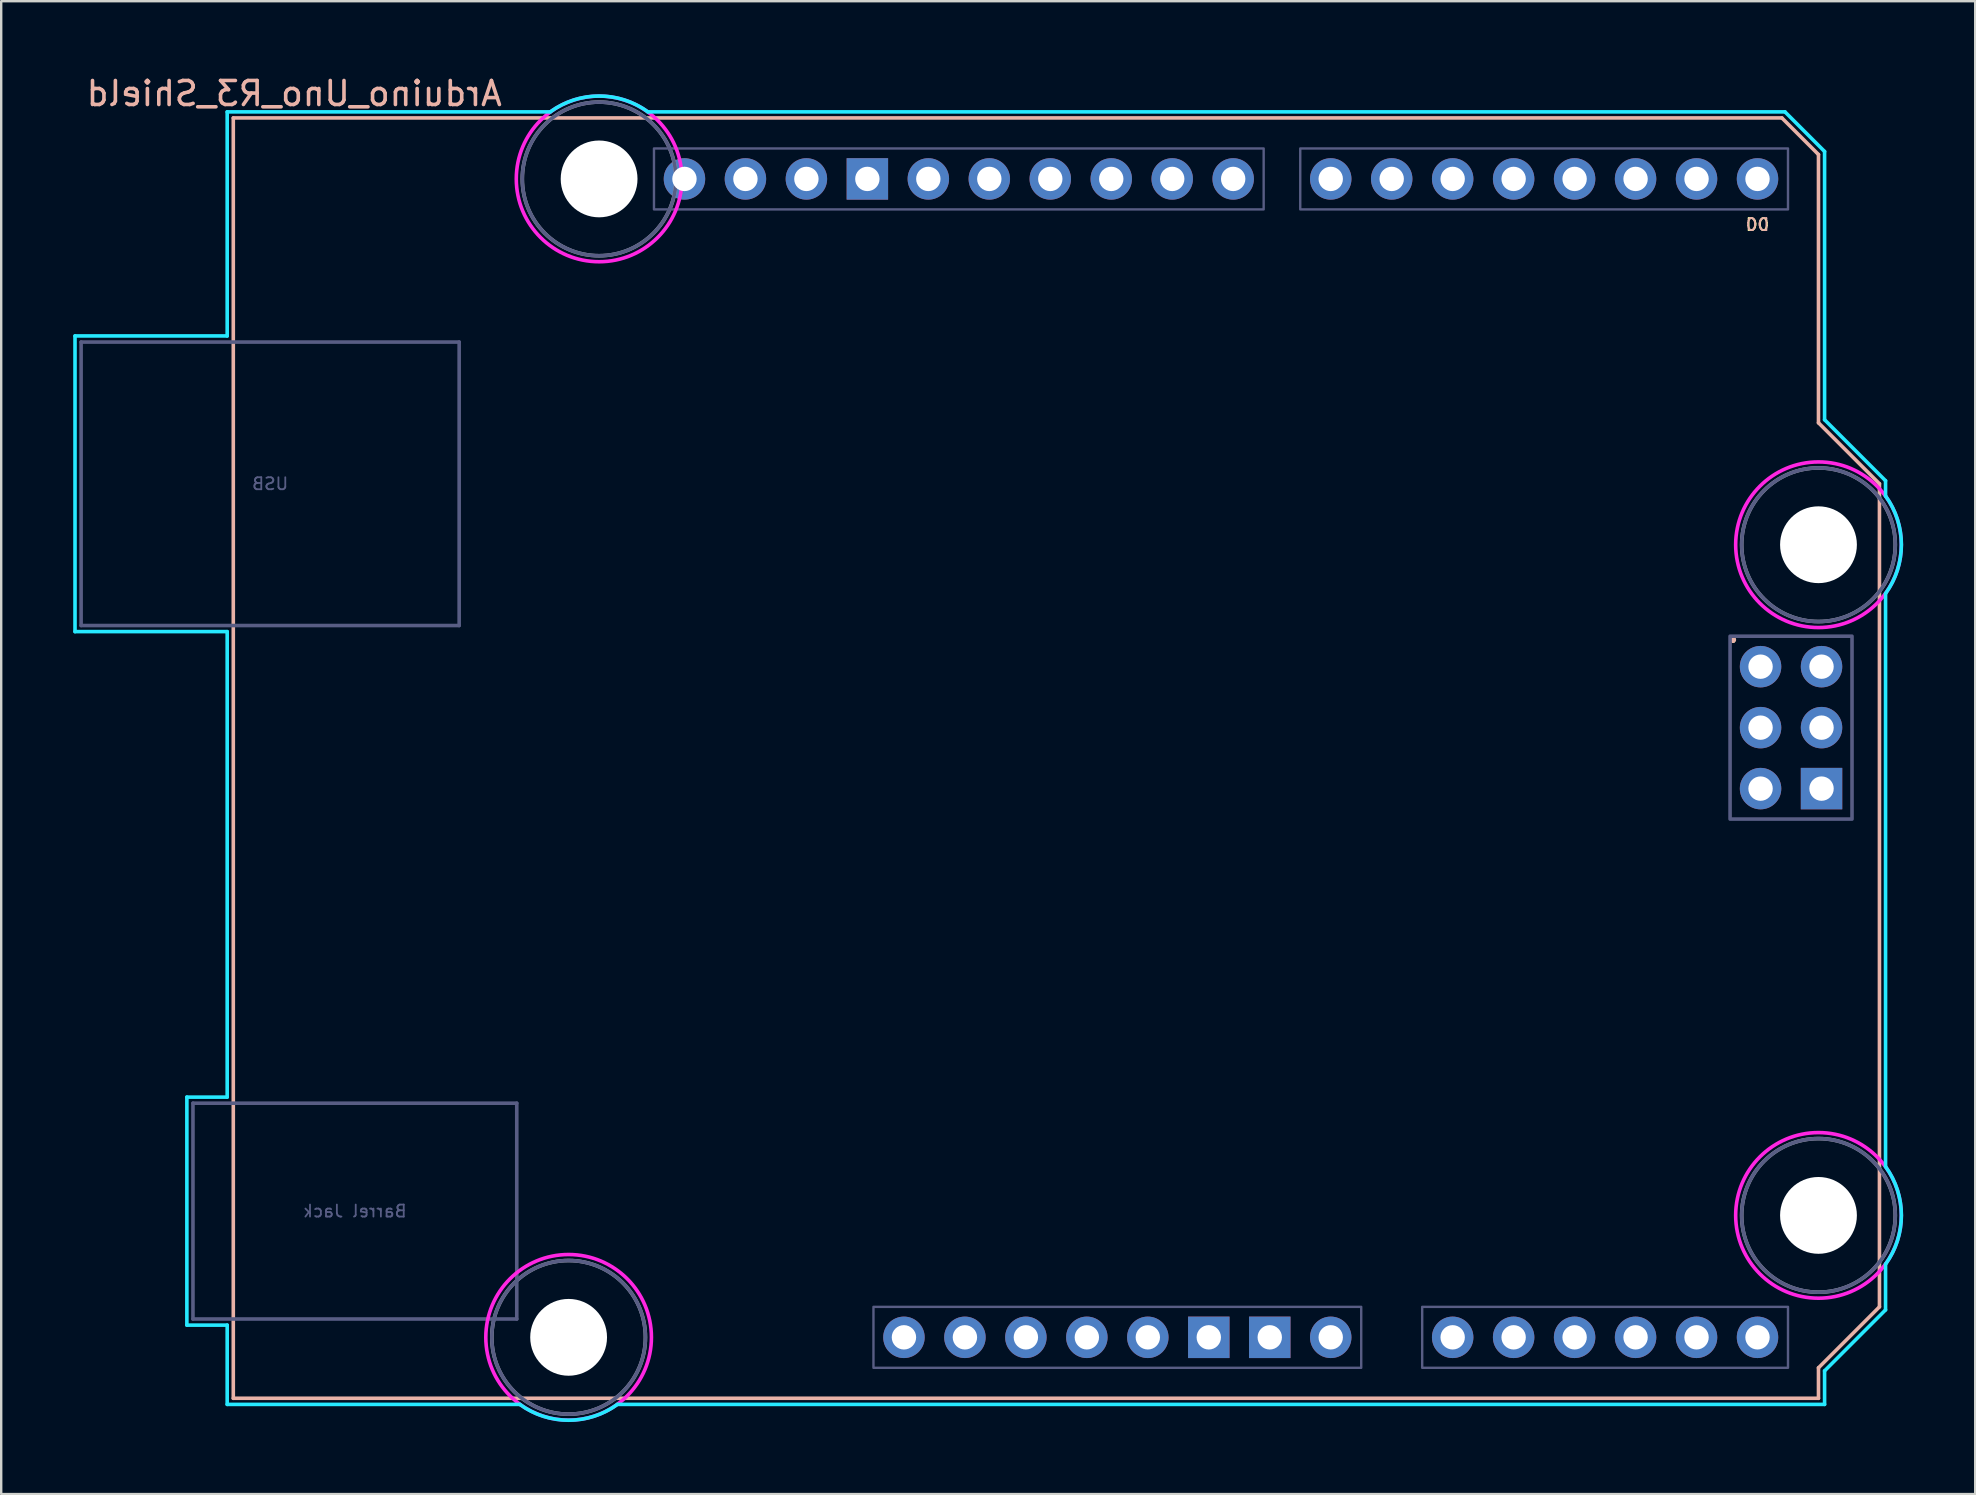
<source format=kicad_pcb>
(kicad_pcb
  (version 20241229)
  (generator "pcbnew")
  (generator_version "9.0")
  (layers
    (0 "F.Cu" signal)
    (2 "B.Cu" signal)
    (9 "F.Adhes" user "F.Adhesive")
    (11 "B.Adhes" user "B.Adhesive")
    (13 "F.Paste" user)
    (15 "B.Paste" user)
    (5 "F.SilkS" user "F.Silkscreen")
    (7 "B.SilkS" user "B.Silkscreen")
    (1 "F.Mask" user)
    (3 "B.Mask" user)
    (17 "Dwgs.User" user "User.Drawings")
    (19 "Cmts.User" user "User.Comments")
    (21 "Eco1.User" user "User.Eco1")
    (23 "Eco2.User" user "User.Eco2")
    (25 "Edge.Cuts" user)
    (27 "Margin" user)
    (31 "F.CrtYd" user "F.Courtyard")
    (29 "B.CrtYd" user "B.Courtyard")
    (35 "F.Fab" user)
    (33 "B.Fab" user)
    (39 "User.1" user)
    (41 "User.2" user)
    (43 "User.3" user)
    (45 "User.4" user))
  (footprint "Arduino_Uno_R3_Shield"
    (layer "F.Cu")
    (at 6.669 55.204)
    (property "Reference" "Arduino_Uno_R3_Shield" (at 2.54 -54.356 0) (layer "B.SilkS") (effects (font (size 1 1) (thickness 0.15)) (justify mirror)))
    (attr through_hole)
    (fp_line (start 0 -53.34) (end 0 0) (stroke (width 0.15) (type solid)) (layer "B.SilkS"))
    (fp_line (start 0 -53.34) (end 64.516 -53.34) (stroke (width 0.15) (type solid)) (layer "B.SilkS"))
    (fp_line (start 0 0) (end 66.04 0) (stroke (width 0.15) (type solid)) (layer "B.SilkS"))
    (fp_line (start 64.516 -53.34) (end 66.04 -51.816) (stroke (width 0.15) (type solid)) (layer "B.SilkS"))
    (fp_line (start 66.04 -40.64) (end 66.04 -51.816) (stroke (width 0.15) (type solid)) (layer "B.SilkS"))
    (fp_line (start 66.04 -1.27) (end 68.58 -3.81) (stroke (width 0.15) (type solid)) (layer "B.SilkS"))
    (fp_line (start 66.04 0) (end 66.04 -1.27) (stroke (width 0.15) (type solid)) (layer "B.SilkS"))
    (fp_line (start 68.58 -38.1) (end 66.04 -40.64) (stroke (width 0.15) (type solid)) (layer "B.SilkS"))
    (fp_line (start 68.58 -3.81) (end 68.58 -38.1) (stroke (width 0.15) (type solid)) (layer "B.SilkS"))
    (fp_line (start -6.594 -44.258) (end -0.254 -44.258) (stroke (width 0.15) (type solid)) (layer "B.CrtYd"))
    (fp_line (start -6.594 -31.94) (end -6.594 -44.258) (stroke (width 0.15) (type solid)) (layer "B.CrtYd"))
    (fp_line (start -1.934 -12.548) (end -1.934 -3.049) (stroke (width 0.15) (type solid)) (layer "B.CrtYd"))
    (fp_line (start -1.934 -12.548) (end -0.254 -12.548) (stroke (width 0.15) (type solid)) (layer "B.CrtYd"))
    (fp_line (start -1.934 -3.049) (end -0.254 -3.049) (stroke (width 0.15) (type solid)) (layer "B.CrtYd"))
    (fp_line (start -0.254 -53.594) (end -0.254 -44.258) (stroke (width 0.15) (type solid)) (layer "B.CrtYd"))
    (fp_line (start -0.254 -31.94) (end -6.594 -31.94) (stroke (width 0.15) (type solid)) (layer "B.CrtYd"))
    (fp_line (start -0.254 -31.94) (end -0.254 -12.548) (stroke (width 0.15) (type solid)) (layer "B.CrtYd"))
    (fp_line (start -0.254 -3.049) (end -0.254 0.254) (stroke (width 0.15) (type solid)) (layer "B.CrtYd"))
    (fp_line (start 11.938 0.254) (end -0.254 0.254) (stroke (width 0.15) (type solid)) (layer "B.CrtYd"))
    (fp_line (start 13.208 -53.594) (end -0.254 -53.594) (stroke (width 0.15) (type solid)) (layer "B.CrtYd"))
    (fp_line (start 16.002 0.254) (end 66.294 0.254) (stroke (width 0.15) (type solid)) (layer "B.CrtYd"))
    (fp_line (start 17.272 -53.594) (end 64.643 -53.594) (stroke (width 0.15) (type solid)) (layer "B.CrtYd"))
    (fp_line (start 64.643 -53.594) (end 66.294 -51.943) (stroke (width 0.15) (type solid)) (layer "B.CrtYd"))
    (fp_line (start 66.294 -40.767) (end 66.294 -51.943) (stroke (width 0.15) (type solid)) (layer "B.CrtYd"))
    (fp_line (start 66.294 -1.143) (end 68.834 -3.683) (stroke (width 0.15) (type solid)) (layer "B.CrtYd"))
    (fp_line (start 66.294 0.254) (end 66.294 -1.143) (stroke (width 0.15) (type solid)) (layer "B.CrtYd"))
    (fp_line (start 68.834 -38.227) (end 66.294 -40.767) (stroke (width 0.15) (type solid)) (layer "B.CrtYd"))
    (fp_line (start 68.834 -38.227) (end 68.834 -37.592) (stroke (width 0.15) (type solid)) (layer "B.CrtYd"))
    (fp_line (start 68.834 -9.652) (end 68.834 -33.528) (stroke (width 0.15) (type solid)) (layer "B.CrtYd"))
    (fp_line (start 68.834 -5.588) (end 68.834 -3.683) (stroke (width 0.15) (type solid)) (layer "B.CrtYd"))
    (fp_arc (start 13.208 -53.594) (mid 15.24 -54.254237) (end 17.272 -53.594) (stroke (width 0.15) (type solid)) (layer "B.CrtYd"))
    (fp_arc (start 16.002 0.254) (mid 13.97 0.914237) (end 11.938 0.254) (stroke (width 0.15) (type solid)) (layer "B.CrtYd"))
    (fp_arc (start 68.834 -37.592) (mid 69.494238 -35.56) (end 68.834 -33.528) (stroke (width 0.15) (type solid)) (layer "B.CrtYd"))
    (fp_arc (start 68.834 -9.652) (mid 69.494238 -7.62) (end 68.834 -5.588) (stroke (width 0.15) (type solid)) (layer "B.CrtYd"))
    (fp_circle (center 13.97 -2.54) (end 17.42 -2.54) (stroke (width 0.15) (type solid)) (fill no) (layer "F.CrtYd"))
    (fp_circle (center 15.24 -50.8) (end 18.69 -50.8) (stroke (width 0.15) (type solid)) (fill no) (layer "F.CrtYd"))
    (fp_circle (center 66.04 -35.56) (end 69.49 -35.56) (stroke (width 0.15) (type solid)) (fill no) (layer "F.CrtYd"))
    (fp_circle (center 66.04 -7.62) (end 69.49 -7.62) (stroke (width 0.15) (type solid)) (fill no) (layer "F.CrtYd"))
    (fp_line (start -6.34 -44.004) (end 9.41 -44.004) (stroke (width 0.15) (type solid)) (layer "B.Fab"))
    (fp_line (start -6.34 -32.194) (end -6.34 -44.004) (stroke (width 0.15) (type solid)) (layer "B.Fab"))
    (fp_line (start -6.34 -32.194) (end 9.41 -32.194) (stroke (width 0.15) (type solid)) (layer "B.Fab"))
    (fp_line (start -1.68 -12.294) (end -1.68 -3.303) (stroke (width 0.15) (type solid)) (layer "B.Fab"))
    (fp_line (start -1.68 -12.294) (end 11.81 -12.294) (stroke (width 0.15) (type solid)) (layer "B.Fab"))
    (fp_line (start -1.68 -3.303) (end 11.81 -3.303) (stroke (width 0.15) (type solid)) (layer "B.Fab"))
    (fp_line (start 9.41 -32.194) (end 9.41 -44.004) (stroke (width 0.15) (type solid)) (layer "B.Fab"))
    (fp_line (start 11.81 -12.294) (end 11.81 -3.303) (stroke (width 0.15) (type solid)) (layer "B.Fab"))
    (fp_rect (start 17.526 -52.07) (end 42.926 -49.53) (stroke (width 0.1) (type solid)) (fill no) (layer "B.Fab"))
    (fp_rect (start 26.67 -3.81) (end 46.99 -1.27) (stroke (width 0.1) (type solid)) (fill no) (layer "B.Fab"))
    (fp_rect (start 44.45 -52.07) (end 64.77 -49.53) (stroke (width 0.1) (type solid)) (fill no) (layer "B.Fab"))
    (fp_rect (start 49.53 -3.81) (end 64.77 -1.27) (stroke (width 0.1) (type solid)) (fill no) (layer "B.Fab"))
    (fp_rect (start 62.357 -31.75) (end 67.437 -24.13) (stroke (width 0.15) (type solid)) (fill no) (layer "B.Fab"))
    (fp_circle (center 13.97 -2.54) (end 17.17 -2.54) (stroke (width 0.15) (type solid)) (fill no) (layer "B.Fab"))
    (fp_circle (center 15.24 -50.8) (end 18.44 -50.8) (stroke (width 0.15) (type solid)) (fill no) (layer "B.Fab"))
    (fp_circle (center 66.04 -35.56) (end 69.24 -35.56) (stroke (width 0.15) (type solid)) (fill no) (layer "B.Fab"))
    (fp_circle (center 66.04 -7.62) (end 69.24 -7.62) (stroke (width 0.15) (type solid)) (fill no) (layer "B.Fab"))
    (fp_circle (center 13.97 -2.54) (end 17.17 -2.54) (stroke (width 0.15) (type solid)) (fill no) (layer "F.Fab"))
    (fp_circle (center 15.24 -50.8) (end 18.44 -50.8) (stroke (width 0.15) (type solid)) (fill no) (layer "F.Fab"))
    (fp_circle (center 66.04 -35.56) (end 69.24 -35.56) (stroke (width 0.15) (type solid)) (fill no) (layer "F.Fab"))
    (fp_circle (center 66.04 -7.62) (end 69.24 -7.62) (stroke (width 0.15) (type solid)) (fill no) (layer "F.Fab"))
    (fp_text user "D0" (at 63.5 -48.895 0) (unlocked yes) (layer "F.SilkS") (effects (font (size 0.5 0.5) (thickness 0.075))))
    (fp_text user "." (at 62.484 -32.004 0) (layer "F.SilkS") (effects (font (size 1 1) (thickness 0.15))))
    (fp_text user "." (at 62.484 -32.004 0) (layer "B.SilkS") (effects (font (size 1 1) (thickness 0.15))))
    (fp_text user "D0" (at 63.5 -48.895 0) (unlocked yes) (layer "B.SilkS") (effects (font (size 0.5 0.5) (thickness 0.075)) (justify mirror)))
    (fp_text user "USB" (at 1.535 -38.099 0) (layer "B.Fab") (effects (font (size 0.5 0.5) (thickness 0.075)) (justify mirror)))
    (fp_text user "Barrel Jack" (at 5.065 -7.798 0) (layer "B.Fab") (effects (font (size 0.5 0.5) (thickness 0.075)) (justify mirror)))
    (pad "" np_thru_hole circle (at 13.97 -2.54) (size 3.2 3.2) (drill 3.2) (layers "*.Cu" "*.Mask"))
    (pad "" np_thru_hole circle (at 15.24 -50.8) (size 3.2 3.2) (drill 3.2) (layers "*.Cu" "*.Mask"))
    (pad "" thru_hole oval (at 27.94 -2.54) (size 1.727 1.727) (drill 1.016) (layers "*.Cu" "*.Mask"))
    (pad "" np_thru_hole circle (at 66.04 -35.56) (size 3.2 3.2) (drill 3.2) (layers "*.Cu" "*.Mask"))
    (pad "" np_thru_hole circle (at 66.04 -7.62) (size 3.2 3.2) (drill 3.2) (layers "*.Cu" "*.Mask"))
    (pad "3V3" thru_hole oval (at 35.56 -2.54) (size 1.727 1.727) (drill 1.016) (layers "*.Cu" "*.Mask"))
    (pad "5V1" thru_hole oval (at 38.1 -2.54) (size 1.727 1.727) (drill 1.016) (layers "*.Cu" "*.Mask"))
    (pad "5V2" thru_hole oval (at 66.167 -30.48) (size 1.727 1.727) (drill 1.016) (layers "*.Cu" "*.Mask"))
    (pad "A0" thru_hole oval (at 50.8 -2.54) (size 1.727 1.727) (drill 1.016) (layers "*.Cu" "*.Mask"))
    (pad "A1" thru_hole oval (at 53.34 -2.54) (size 1.727 1.727) (drill 1.016) (layers "*.Cu" "*.Mask"))
    (pad "A2" thru_hole oval (at 55.88 -2.54) (size 1.727 1.727) (drill 1.016) (layers "*.Cu" "*.Mask"))
    (pad "A3" thru_hole oval (at 58.42 -2.54) (size 1.727 1.727) (drill 1.016) (layers "*.Cu" "*.Mask"))
    (pad "A4" thru_hole oval (at 60.96 -2.54) (size 1.727 1.727) (drill 1.016) (layers "*.Cu" "*.Mask"))
    (pad "A5" thru_hole oval (at 63.5 -2.54) (size 1.727 1.727) (drill 1.016) (layers "*.Cu" "*.Mask"))
    (pad "AREF" thru_hole oval (at 23.876 -50.8) (size 1.727 1.727) (drill 1.016) (layers "*.Cu" "*.Mask"))
    (pad "D0" thru_hole oval (at 63.5 -50.8) (size 1.727 1.727) (drill 1.016) (layers "*.Cu" "*.Mask"))
    (pad "D1" thru_hole oval (at 60.96 -50.8) (size 1.727 1.727) (drill 1.016) (layers "*.Cu" "*.Mask"))
    (pad "D2" thru_hole oval (at 58.42 -50.8) (size 1.727 1.727) (drill 1.016) (layers "*.Cu" "*.Mask"))
    (pad "D3" thru_hole oval (at 55.88 -50.8) (size 1.727 1.727) (drill 1.016) (layers "*.Cu" "*.Mask"))
    (pad "D4" thru_hole oval (at 53.34 -50.8) (size 1.727 1.727) (drill 1.016) (layers "*.Cu" "*.Mask"))
    (pad "D5" thru_hole oval (at 50.8 -50.8) (size 1.727 1.727) (drill 1.016) (layers "*.Cu" "*.Mask"))
    (pad "D6" thru_hole oval (at 48.26 -50.8) (size 1.727 1.727) (drill 1.016) (layers "*.Cu" "*.Mask"))
    (pad "D7" thru_hole oval (at 45.72 -50.8) (size 1.727 1.727) (drill 1.016) (layers "*.Cu" "*.Mask"))
    (pad "D8" thru_hole oval (at 41.656 -50.8) (size 1.727 1.727) (drill 1.016) (layers "*.Cu" "*.Mask"))
    (pad "D9" thru_hole oval (at 39.116 -50.8) (size 1.727 1.727) (drill 1.016) (layers "*.Cu" "*.Mask"))
    (pad "D10" thru_hole oval (at 36.576 -50.8) (size 1.727 1.727) (drill 1.016) (layers "*.Cu" "*.Mask"))
    (pad "D11" thru_hole oval (at 34.036 -50.8) (size 1.727 1.727) (drill 1.016) (layers "*.Cu" "*.Mask"))
    (pad "D12" thru_hole oval (at 31.496 -50.8) (size 1.727 1.727) (drill 1.016) (layers "*.Cu" "*.Mask"))
    (pad "D13" thru_hole oval (at 28.956 -50.8) (size 1.727 1.727) (drill 1.016) (layers "*.Cu" "*.Mask"))
    (pad "GND1" thru_hole rect (at 26.416 -50.8) (size 1.727 1.727) (drill 1.016) (layers "*.Cu" "*.Mask"))
    (pad "GND2" thru_hole rect (at 40.64 -2.54) (size 1.727 1.727) (drill 1.016) (layers "*.Cu" "*.Mask"))
    (pad "GND3" thru_hole rect (at 43.18 -2.54) (size 1.727 1.727) (drill 1.016) (layers "*.Cu" "*.Mask"))
    (pad "GND4" thru_hole rect (at 66.167 -25.4) (size 1.727 1.727) (drill 1.016) (layers "*.Cu" "*.Mask"))
    (pad "IORF" thru_hole oval (at 30.48 -2.54) (size 1.727 1.727) (drill 1.016) (layers "*.Cu" "*.Mask"))
    (pad "MISO" thru_hole oval (at 63.627 -30.48) (size 1.727 1.727) (drill 1.016) (layers "*.Cu" "*.Mask"))
    (pad "MOSI" thru_hole oval (at 66.167 -27.94) (size 1.727 1.727) (drill 1.016) (layers "*.Cu" "*.Mask"))
    (pad "RST1" thru_hole oval (at 33.02 -2.54) (size 1.727 1.727) (drill 1.016) (layers "*.Cu" "*.Mask"))
    (pad "RST2" thru_hole oval (at 63.627 -25.4) (size 1.727 1.727) (drill 1.016) (layers "*.Cu" "*.Mask"))
    (pad "SCK" thru_hole oval (at 63.627 -27.94) (size 1.727 1.727) (drill 1.016) (layers "*.Cu" "*.Mask"))
    (pad "SCL" thru_hole oval (at 18.796 -50.8) (size 1.727 1.727) (drill 1.016) (layers "*.Cu" "*.Mask"))
    (pad "SDA" thru_hole oval (at 21.336 -50.8) (size 1.727 1.727) (drill 1.016) (layers "*.Cu" "*.Mask"))
    (pad "VIN" thru_hole oval (at 45.72 -2.54) (size 1.727 1.727) (drill 1.016) (layers "*.Cu" "*.Mask")))
  (gr_rect
    (start -3 -3)
    (end 79.238 59.193)
    (stroke (width 0.1) (type default))
    (fill no)
    (layer "Edge.Cuts")))
</source>
